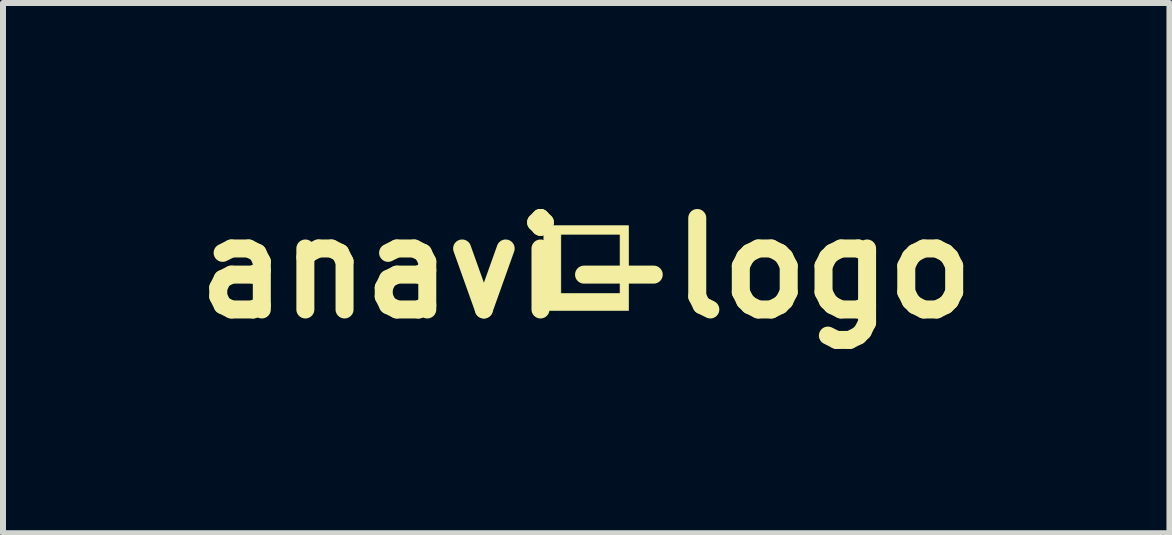
<source format=kicad_pcb>
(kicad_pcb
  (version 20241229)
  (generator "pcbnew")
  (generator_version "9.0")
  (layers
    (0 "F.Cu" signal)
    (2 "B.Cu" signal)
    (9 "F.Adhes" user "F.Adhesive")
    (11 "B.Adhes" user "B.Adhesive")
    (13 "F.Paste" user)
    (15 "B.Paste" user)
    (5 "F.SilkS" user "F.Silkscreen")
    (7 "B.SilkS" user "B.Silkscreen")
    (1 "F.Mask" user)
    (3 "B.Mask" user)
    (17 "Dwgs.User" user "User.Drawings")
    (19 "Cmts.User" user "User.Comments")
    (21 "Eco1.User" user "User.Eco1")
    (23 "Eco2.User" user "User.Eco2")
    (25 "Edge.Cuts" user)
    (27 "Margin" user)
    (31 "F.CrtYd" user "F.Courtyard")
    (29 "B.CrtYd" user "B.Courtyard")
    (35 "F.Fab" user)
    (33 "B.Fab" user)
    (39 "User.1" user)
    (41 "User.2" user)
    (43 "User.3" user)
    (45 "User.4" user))
  (footprint "anavi-logo"
    (layer "F.Cu")
    (at 6.72 1.418)
    (property "Reference" "anavi-logo" (at 0 0 0) (layer "F.SilkS") (effects (font (size 1.524 1.524) (thickness 0.3))))
    (attr through_hole)
    (fp_poly (pts (xy 0.706 0.706) (xy -0.706 0.706) (xy -0.706 -0.564) (xy -0.423 -0.564) (xy -0.423 0.423) (xy 0.564 0.423) (xy 0.564 -0.564) (xy -0.423 -0.564) (xy -0.706 -0.564) (xy -0.706 -0.706) (xy 0.706 -0.706) (xy 0.706 0.706)) (stroke (width 0.01) (type solid)) (fill yes) (layer "F.SilkS")))
  (gr_rect
    (start -3 -3)
    (end 16.44 5.836)
    (stroke (width 0.1) (type default))
    (fill no)
    (layer "Edge.Cuts")))
</source>
